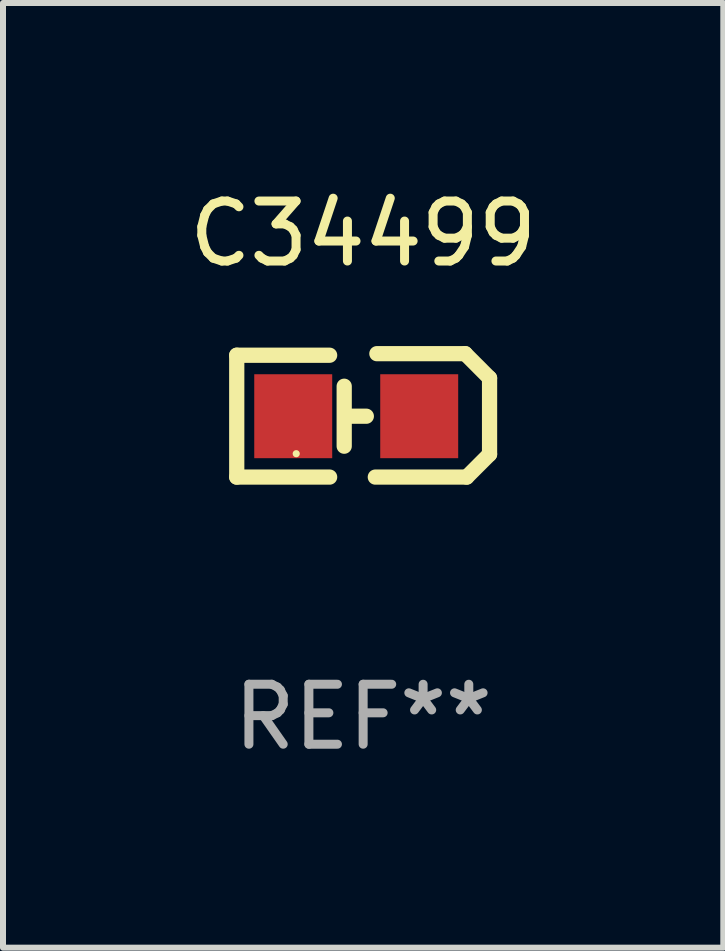
<source format=kicad_pcb>
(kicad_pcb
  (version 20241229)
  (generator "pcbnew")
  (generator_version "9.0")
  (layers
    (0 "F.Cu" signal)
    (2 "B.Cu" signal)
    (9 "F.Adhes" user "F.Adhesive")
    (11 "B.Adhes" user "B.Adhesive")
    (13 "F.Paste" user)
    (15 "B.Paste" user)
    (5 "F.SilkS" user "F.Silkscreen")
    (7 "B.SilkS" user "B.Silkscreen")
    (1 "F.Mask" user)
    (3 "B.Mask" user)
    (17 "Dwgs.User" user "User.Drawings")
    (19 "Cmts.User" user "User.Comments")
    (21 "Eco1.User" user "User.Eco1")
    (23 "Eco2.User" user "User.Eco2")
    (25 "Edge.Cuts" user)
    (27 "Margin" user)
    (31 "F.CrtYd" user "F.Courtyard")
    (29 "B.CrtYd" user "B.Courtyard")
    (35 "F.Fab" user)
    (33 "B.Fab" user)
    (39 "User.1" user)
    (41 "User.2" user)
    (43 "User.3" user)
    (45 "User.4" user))
  (footprint "C34499"
    (layer "F.Cu")
    (at 3.006 3.877)
    (property "Reference" "C34499" (at 0 -3.029 0) (layer "F.SilkS") (effects (font (size 1 1) (thickness 0.15))))
    (attr through_hole)
    (fp_line (start -2.108 -1.003) (end -2.108 1.029) (stroke (width 0.254) (type solid)) (layer "F.SilkS"))
    (fp_line (start -2.108 1.029) (end -0.559 1.029) (stroke (width 0.254) (type solid)) (layer "F.SilkS"))
    (fp_line (start -0.559 -1.003) (end -2.108 -1.003) (stroke (width 0.254) (type solid)) (layer "F.SilkS"))
    (fp_line (start -0.316 0.514) (end -0.316 -0.486) (stroke (width 0.254) (type solid)) (layer "F.SilkS"))
    (fp_line (start -0.216 0.014) (end 0.053 0.014) (stroke (width 0.254) (type solid)) (layer "F.SilkS"))
    (fp_line (start 0.229 -1.029) (end 1.702 -1.029) (stroke (width 0.254) (type solid)) (layer "F.SilkS"))
    (fp_line (start 1.702 -1.029) (end 2.108 -0.622) (stroke (width 0.254) (type solid)) (layer "F.SilkS"))
    (fp_line (start 1.727 1.029) (end 0.203 1.029) (stroke (width 0.254) (type solid)) (layer "F.SilkS"))
    (fp_line (start 2.108 -0.622) (end 2.108 0.648) (stroke (width 0.254) (type solid)) (layer "F.SilkS"))
    (fp_line (start 2.108 0.648) (end 1.727 1.029) (stroke (width 0.254) (type solid)) (layer "F.SilkS"))
    (fp_circle (center -1.116 0.639) (end -1.086 0.639) (stroke (width 0.06) (type solid)) (fill no) (layer "F.SilkS"))
    (fp_text user "REF**" (at 0 5.029 0) (layer "F.Fab") (effects (font (size 1 1) (thickness 0.15))))
    (pad "1" smd rect (at -1.166 0.014) (size 1.3 1.4) (layers "F.Cu" "F.Mask" "F.Paste"))
    (pad "2" smd rect (at 0.935 0.014) (size 1.3 1.4) (layers "F.Cu" "F.Mask" "F.Paste")))
  (gr_rect
    (start -3 -3)
    (end 9.012 12.754)
    (stroke (width 0.1) (type default))
    (fill no)
    (layer "Edge.Cuts")))
</source>
